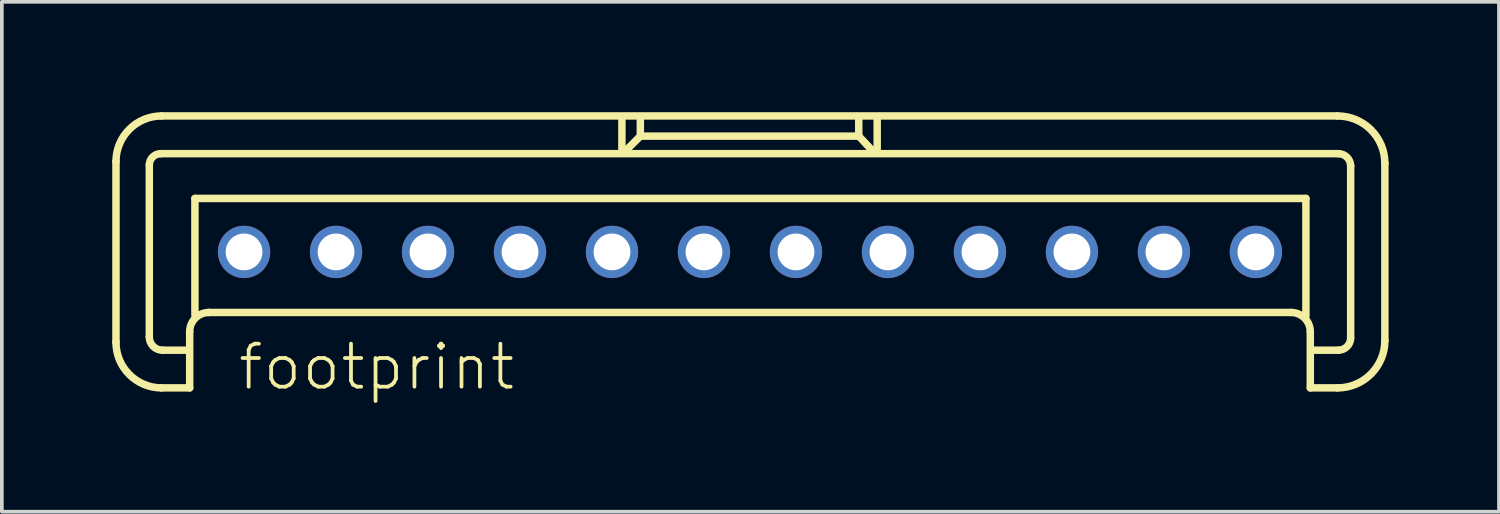
<source format=kicad_pcb>
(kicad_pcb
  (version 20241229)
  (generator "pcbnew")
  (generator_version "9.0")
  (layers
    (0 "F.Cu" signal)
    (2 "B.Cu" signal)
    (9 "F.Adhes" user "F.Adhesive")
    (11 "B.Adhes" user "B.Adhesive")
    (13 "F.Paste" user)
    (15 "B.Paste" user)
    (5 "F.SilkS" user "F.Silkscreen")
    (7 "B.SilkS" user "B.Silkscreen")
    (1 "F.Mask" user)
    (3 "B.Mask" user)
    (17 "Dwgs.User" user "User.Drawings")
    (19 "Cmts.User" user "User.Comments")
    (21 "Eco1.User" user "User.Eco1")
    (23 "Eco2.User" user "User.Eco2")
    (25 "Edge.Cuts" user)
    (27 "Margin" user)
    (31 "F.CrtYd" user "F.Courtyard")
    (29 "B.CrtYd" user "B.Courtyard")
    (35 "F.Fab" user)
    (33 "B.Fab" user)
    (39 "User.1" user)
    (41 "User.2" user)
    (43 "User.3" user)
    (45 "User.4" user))
  (footprint "footprint"
    (layer "F.Cu")
    (at 17.333 3.797)
    (property "Reference" "footprint" (at -13.97 3.81 0) (layer "F.SilkS") (effects (font (size 1.168 1.168) (thickness 0.102)) (justify left bottom)))
    (fp_line (start -17.231 2.456) (end -17.231 -2.456) (stroke (width 0.203) (type solid)) (layer "F.SilkS"))
    (fp_line (start -16.325 2.313) (end -16.325 -2.361) (stroke (width 0.203) (type solid)) (layer "F.SilkS"))
    (fp_line (start -16.015 -2.67) (end 15.991 -2.67) (stroke (width 0.203) (type solid)) (layer "F.SilkS"))
    (fp_line (start -15.991 -3.696) (end 15.967 -3.696) (stroke (width 0.203) (type solid)) (layer "F.SilkS"))
    (fp_line (start -15.252 2.67) (end -15.967 2.67) (stroke (width 0.203) (type solid)) (layer "F.SilkS"))
    (fp_line (start -15.228 2.17) (end -15.228 3.695) (stroke (width 0.203) (type solid)) (layer "F.SilkS"))
    (fp_line (start -15.228 3.695) (end -15.991 3.695) (stroke (width 0.203) (type solid)) (layer "F.SilkS"))
    (fp_line (start -15.085 -1.454) (end 15.109 -1.454) (stroke (width 0.203) (type solid)) (layer "F.SilkS"))
    (fp_line (start -15.085 1.716) (end -15.085 -1.454) (stroke (width 0.203) (type solid)) (layer "F.SilkS"))
    (fp_line (start -3.481 -3.648) (end -3.481 -2.742) (stroke (width 0.203) (type solid)) (layer "F.SilkS"))
    (fp_line (start -3.004 -3.123) (end -3.386 -2.742) (stroke (width 0.203) (type solid)) (layer "F.SilkS"))
    (fp_line (start -2.98 -3.147) (end -2.98 -3.624) (stroke (width 0.203) (type solid)) (layer "F.SilkS"))
    (fp_line (start 2.956 -3.672) (end 2.956 -3.147) (stroke (width 0.203) (type solid)) (layer "F.SilkS"))
    (fp_line (start 2.956 -3.147) (end -2.98 -3.147) (stroke (width 0.203) (type solid)) (layer "F.SilkS"))
    (fp_line (start 2.98 -3.123) (end 3.314 -2.766) (stroke (width 0.203) (type solid)) (layer "F.SilkS"))
    (fp_line (start 3.457 -3.624) (end 3.457 -2.742) (stroke (width 0.203) (type solid)) (layer "F.SilkS"))
    (fp_line (start 14.704 1.645) (end -14.704 1.645) (stroke (width 0.203) (type solid)) (layer "F.SilkS"))
    (fp_line (start 15.109 -1.454) (end 15.109 1.74) (stroke (width 0.203) (type solid)) (layer "F.SilkS"))
    (fp_line (start 15.228 3.695) (end 15.228 2.17) (stroke (width 0.203) (type solid)) (layer "F.SilkS"))
    (fp_line (start 15.967 3.695) (end 15.228 3.695) (stroke (width 0.203) (type solid)) (layer "F.SilkS"))
    (fp_line (start 15.991 2.67) (end 15.323 2.67) (stroke (width 0.203) (type solid)) (layer "F.SilkS"))
    (fp_line (start 16.325 -2.337) (end 16.325 2.336) (stroke (width 0.203) (type solid)) (layer "F.SilkS"))
    (fp_line (start 17.255 -2.408) (end 17.255 2.408) (stroke (width 0.203) (type solid)) (layer "F.SilkS"))
    (fp_arc (start -17.231 -2.4558) (mid -16.867871 -3.332471) (end -15.9912 -3.6956) (stroke (width 0.2032) (type solid)) (layer "F.SilkS"))
    (fp_arc (start -16.325 -2.3605) (mid -16.234232 -2.579632) (end -16.0151 -2.6704) (stroke (width 0.2032) (type solid)) (layer "F.SilkS"))
    (fp_arc (start -15.9912 3.6954) (mid -16.867871 3.332271) (end -17.231 2.4556) (stroke (width 0.2032) (type solid)) (layer "F.SilkS"))
    (fp_arc (start -15.9674 2.6702) (mid -16.220261 2.565461) (end -16.325 2.3126) (stroke (width 0.2032) (type solid)) (layer "F.SilkS"))
    (fp_arc (start -15.2283 2.1695) (mid -15.074678 1.798622) (end -14.7038 1.645) (stroke (width 0.2032) (type solid)) (layer "F.SilkS"))
    (fp_arc (start 14.7036 1.645) (mid 15.074478 1.798622) (end 15.2281 2.1695) (stroke (width 0.2032) (type solid)) (layer "F.SilkS"))
    (fp_arc (start 15.9672 -3.6956) (mid 16.8776 -3.3185) (end 17.2547 -2.4081) (stroke (width 0.2032) (type solid)) (layer "F.SilkS"))
    (fp_arc (start 15.9911 -2.6704) (mid 16.227132 -2.572632) (end 16.3249 -2.3366) (stroke (width 0.2032) (type solid)) (layer "F.SilkS"))
    (fp_arc (start 16.3249 2.3364) (mid 16.227132 2.572432) (end 15.9911 2.6702) (stroke (width 0.2032) (type solid)) (layer "F.SilkS"))
    (fp_arc (start 17.2547 2.4079) (mid 16.8776 3.3183) (end 15.9672 3.6954) (stroke (width 0.2032) (type solid)) (layer "F.SilkS"))
    (pad "1" thru_hole circle (at -13.75 0) (size 1.422 1.422) (drill 1) (layers "*.Cu" "*.Mask"))
    (pad "2" thru_hole circle (at -11.25 0) (size 1.422 1.422) (drill 1) (layers "*.Cu" "*.Mask"))
    (pad "3" thru_hole circle (at -8.75 0) (size 1.422 1.422) (drill 1) (layers "*.Cu" "*.Mask"))
    (pad "4" thru_hole circle (at -6.25 0) (size 1.422 1.422) (drill 1) (layers "*.Cu" "*.Mask"))
    (pad "5" thru_hole circle (at -3.75 0) (size 1.422 1.422) (drill 1) (layers "*.Cu" "*.Mask"))
    (pad "6" thru_hole circle (at -1.25 0) (size 1.422 1.422) (drill 1) (layers "*.Cu" "*.Mask"))
    (pad "7" thru_hole circle (at 1.25 0) (size 1.422 1.422) (drill 1) (layers "*.Cu" "*.Mask"))
    (pad "8" thru_hole circle (at 3.75 0) (size 1.422 1.422) (drill 1) (layers "*.Cu" "*.Mask"))
    (pad "9" thru_hole circle (at 6.25 0) (size 1.422 1.422) (drill 1) (layers "*.Cu" "*.Mask"))
    (pad "10" thru_hole circle (at 8.75 0) (size 1.422 1.422) (drill 1) (layers "*.Cu" "*.Mask"))
    (pad "11" thru_hole circle (at 11.25 0) (size 1.422 1.422) (drill 1) (layers "*.Cu" "*.Mask"))
    (pad "12" thru_hole circle (at 13.75 0) (size 1.422 1.422) (drill 1) (layers "*.Cu" "*.Mask")))
  (gr_rect
    (start -3 -3)
    (end 37.689 10.858)
    (stroke (width 0.1) (type default))
    (fill no)
    (layer "Edge.Cuts")))
</source>
